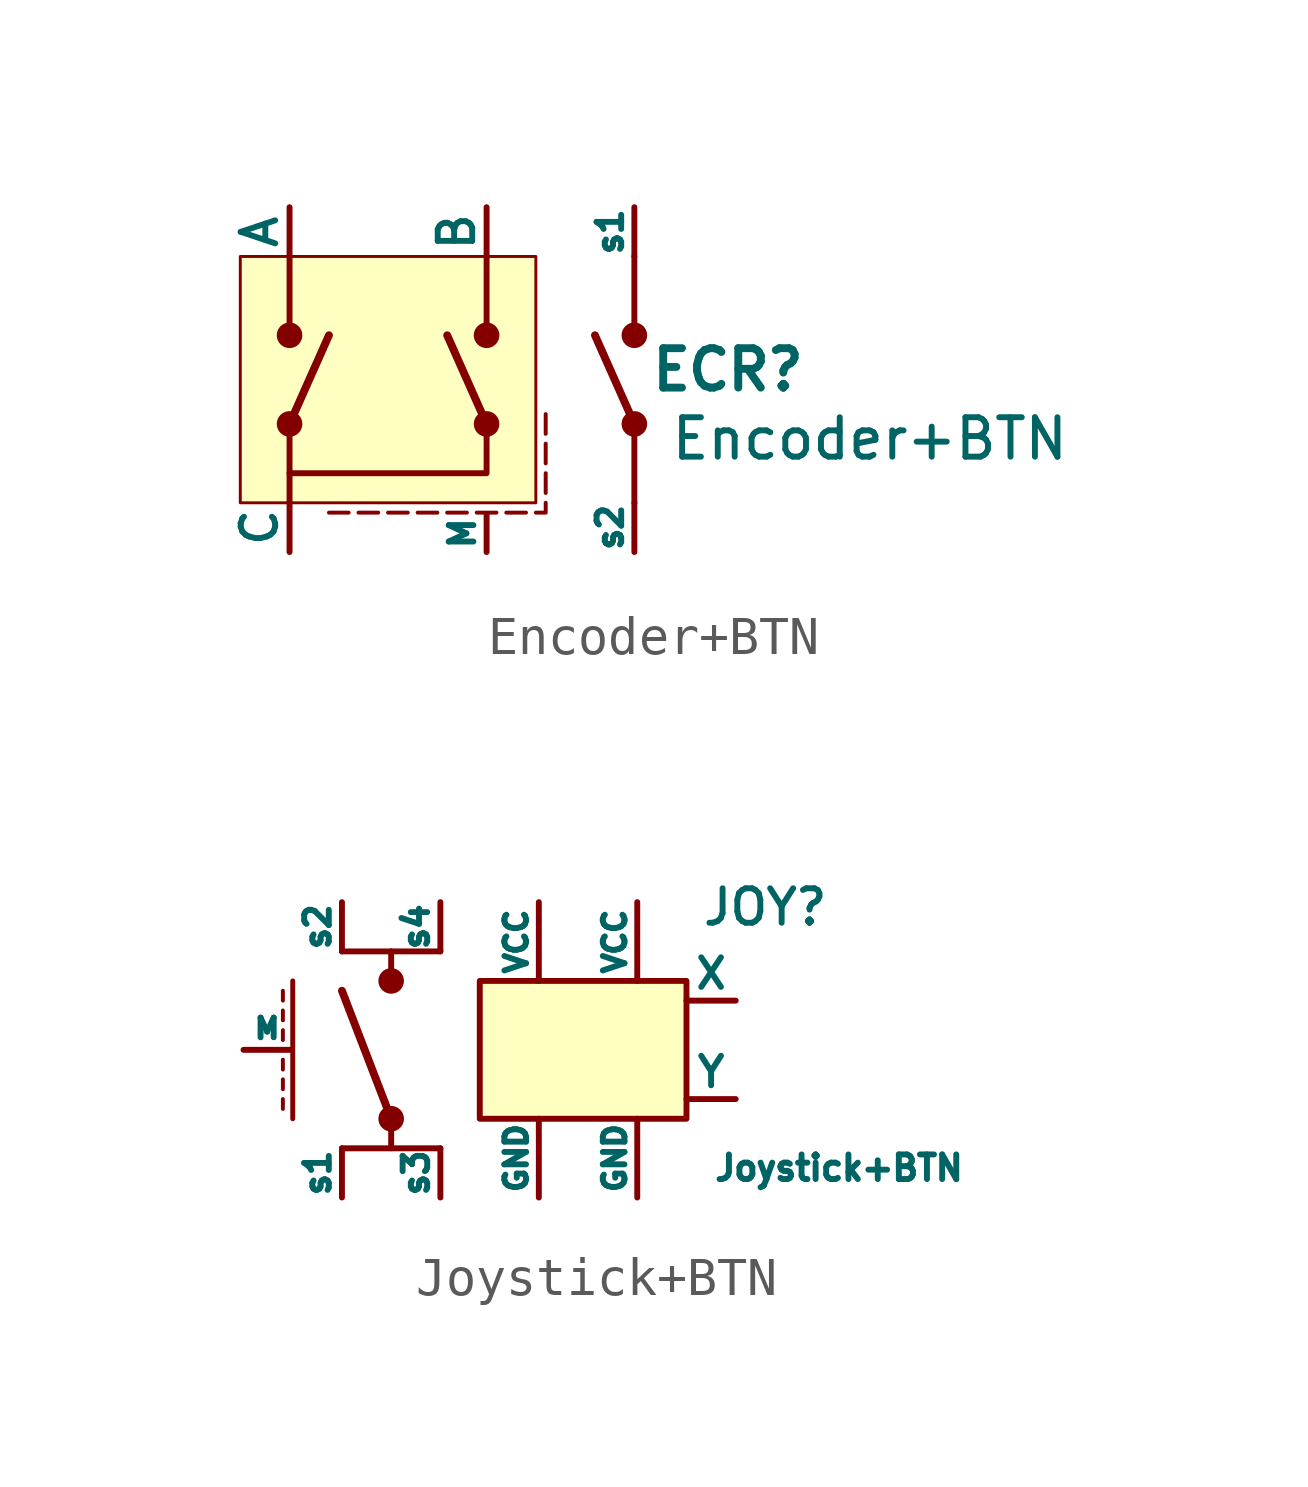
<source format=kicad_sym>
(kicad_symbol_lib
  (version 20231120)
  (generator "kicad_symbol_editor")
  (generator_version "8.0")
  (symbol "Encoder+BTN"
    (pin_numbers hide)
    (pin_names
      (offset 0))
    (property "Reference" "ECR"
      (at 8.763 0.889 0)
      (effects (font (size 1.016 1.016) (bold yes))))
    (property "Value" "Encoder+BTN"
      (at 7.239 -0.889 0)
      (effects (font (size 1.016 1.016)) (justify left)))
    (symbol "Encoder+BTN_0_1"
      (rectangle (start -3.81 3.81) (end 3.81 -2.54) (stroke (width 0.076) (type solid)) (fill (type background)))
      (circle (center -2.54 -0.508) (radius 0.254) (stroke (width 0) (type solid)) (fill (type outline)))
      (circle (center -2.54 1.778) (radius 0.254) (stroke (width 0) (type solid)) (fill (type outline)))
      (polyline (pts (xy -2.54 -2.54) (xy -2.54 -1.778)) (stroke (width 0) (type solid)) (fill (type none)))
      (polyline (pts (xy -2.54 -0.508) (xy -1.524 1.778)) (stroke (width 0.203) (type solid)) (fill (type none)))
      (polyline (pts (xy -2.54 3.81) (xy -2.54 1.778)) (stroke (width 0) (type solid)) (fill (type none)))
      (polyline (pts (xy -1.016 -2.794) (xy -1.524 -2.794)) (stroke (width 0.102) (type solid)) (fill (type none)))
      (polyline (pts (xy -0.762 -2.794) (xy -0.254 -2.794)) (stroke (width 0.102) (type solid)) (fill (type none)))
      (polyline (pts (xy 0.508 -2.794) (xy 0 -2.794)) (stroke (width 0.102) (type solid)) (fill (type none)))
      (polyline (pts (xy 0.762 -2.794) (xy 1.27 -2.794)) (stroke (width 0.102) (type solid)) (fill (type none)))
      (polyline (pts (xy 2.032 -2.794) (xy 1.524 -2.794)) (stroke (width 0.102) (type solid)) (fill (type none)))
      (polyline (pts (xy 2.54 -0.508) (xy 1.524 1.778)) (stroke (width 0.203) (type solid)) (fill (type none)))
      (polyline (pts (xy 2.54 3.81) (xy 2.54 1.778)) (stroke (width 0) (type solid)) (fill (type none)))
      (polyline (pts (xy 2.794 -2.794) (xy 2.286 -2.794)) (stroke (width 0.102) (type solid)) (fill (type none)))
      (polyline (pts (xy 3.048 -2.794) (xy 3.556 -2.794)) (stroke (width 0.102) (type solid)) (fill (type none)))
      (polyline (pts (xy 4.064 -2.286) (xy 4.064 -1.778)) (stroke (width 0.102) (type solid)) (fill (type none)))
      (polyline (pts (xy 4.064 -1.524) (xy 4.064 -1.016)) (stroke (width 0.102) (type solid)) (fill (type none)))
      (polyline (pts (xy 4.064 -0.762) (xy 4.064 -0.254)) (stroke (width 0.102) (type solid)) (fill (type none)))
      (polyline (pts (xy 6.35 -2.54) (xy 6.35 -0.508)) (stroke (width 0) (type solid)) (fill (type none)))
      (polyline (pts (xy 6.35 -0.508) (xy 5.334 1.778)) (stroke (width 0.203) (type solid)) (fill (type none)))
      (polyline (pts (xy 6.35 3.81) (xy 6.35 1.778)) (stroke (width 0) (type solid)) (fill (type none)))
      (polyline (pts (xy 3.81 -2.794) (xy 4.064 -2.794) (xy 4.064 -2.54)) (stroke (width 0.102) (type solid)) (fill (type none)))
      (polyline (pts (xy -2.54 -0.508) (xy -2.54 -1.524) (xy -2.54 -1.778) (xy 0 -1.778) (xy 2.54 -1.778) (xy 2.54 -0.508)) (stroke (width 0) (type solid)) (fill (type none)))
      (circle (center 2.54 -0.508) (radius 0.254) (stroke (width 0) (type solid)) (fill (type outline)))
      (circle (center 2.54 1.778) (radius 0.254) (stroke (width 0) (type solid)) (fill (type outline)))
      (circle (center 6.35 -0.508) (radius 0.254) (stroke (width 0) (type solid)) (fill (type outline)))
      (circle (center 6.35 1.778) (radius 0.254) (stroke (width 0) (type solid)) (fill (type outline))))
    (symbol "Encoder+BTN_1_1"
      (pin output line (at -2.54 5.08 270) (length 1.27) (name "A" (effects (font (size 0.889 0.889)))) (number "1" (effects (font (size 0.889 0.889)))))
      (pin output line (at 2.54 5.08 270) (length 1.27) (name "B" (effects (font (size 0.889 0.889)))) (number "2" (effects (font (size 0.889 0.889)))))
      (pin power_in line (at -2.54 -3.81 90) (length 1.27) (name "C" (effects (font (size 0.889 0.889)))) (number "3" (effects (font (size 0.889 0.889)))))
      (pin power_in line (at 2.54 -3.81 90) (length 0.965) (name "M" (effects (font (size 0.635 0.635)))) (number "4" (effects (font (size 0.635 0.635)))))
      (pin output line (at 6.35 -3.81 90) (length 1.27) (name "s2" (effects (font (size 0.635 0.635)))) (number "5" (effects (font (size 0.889 0.889)))))
      (pin output line (at 6.35 5.08 270) (length 1.27) (name "s1" (effects (font (size 0.635 0.635)))) (number "6" (effects (font (size 0.889 0.889)))))))
  (symbol "Joystick+BTN"
    (pin_numbers hide)
    (pin_names
      (offset 0))
    (property "Reference" "JOY"
      (at 7.112 3.683 0)
      (effects (font (size 0.889 0.889))))
    (property "Value" "Joystick+BTN"
      (at 9.017 -3.048 0)
      (effects (font (size 0.635 0.635))))
    (symbol "Joystick+BTN_0_1"
      (circle (center -2.54 -1.778) (radius 0.254) (stroke (width 0) (type solid)) (fill (type outline)))
      (circle (center -2.54 1.778) (radius 0.254) (stroke (width 0) (type solid)) (fill (type outline)))
      (polyline (pts (xy -5.334 -1.27) (xy -5.334 -1.524)) (stroke (width 0.102) (type solid)) (fill (type none)))
      (polyline (pts (xy -5.334 -0.762) (xy -5.334 -1.016)) (stroke (width 0.102) (type solid)) (fill (type none)))
      (polyline (pts (xy -5.334 -0.254) (xy -5.334 -0.508)) (stroke (width 0.102) (type solid)) (fill (type none)))
      (polyline (pts (xy -5.334 0.254) (xy -5.334 0.508)) (stroke (width 0.102) (type solid)) (fill (type none)))
      (polyline (pts (xy -5.334 0.762) (xy -5.334 1.016)) (stroke (width 0.102) (type solid)) (fill (type none)))
      (polyline (pts (xy -5.334 1.27) (xy -5.334 1.524)) (stroke (width 0.102) (type solid)) (fill (type none)))
      (polyline (pts (xy -5.08 1.778) (xy -5.08 -1.778)) (stroke (width 0.127) (type solid)) (fill (type none)))
      (polyline (pts (xy -3.81 -2.54) (xy -1.27 -2.54)) (stroke (width 0) (type solid)) (fill (type none)))
      (polyline (pts (xy -3.81 2.54) (xy -1.27 2.54)) (stroke (width 0) (type solid)) (fill (type none)))
      (polyline (pts (xy -2.54 -2.54) (xy -2.54 -1.778)) (stroke (width 0) (type solid)) (fill (type none)))
      (polyline (pts (xy -2.54 -1.778) (xy -3.81 1.524)) (stroke (width 0.203) (type solid)) (fill (type none)))
      (polyline (pts (xy -2.54 1.778) (xy -2.54 2.54)) (stroke (width 0) (type solid)) (fill (type none))))
    (symbol "Joystick+BTN_1_1"
      (rectangle (start 5.08 1.778) (end -0.254 -1.778) (stroke (width 0) (type solid)) (fill (type background)))
      (pin passive line (at -3.81 -3.81 90) (length 1.27) (name "s1" (effects (font (size 0.635 0.635)))) (number "1" (effects (font (size 0.635 0.635)))))
      (pin passive line (at 3.81 -3.81 90) (length 2.032) (name "GND" (effects (font (size 0.559 0.559)))) (number "10" (effects (font (size 0.559 0.559)))))
      (pin passive line (at -6.35 0 0) (length 1.219) (name "M" (effects (font (size 0.508 0.508)))) (number "11" (effects (font (size 0.508 0.508)))))
      (pin passive line (at -3.81 3.81 270) (length 1.27) (name "s2" (effects (font (size 0.635 0.635)))) (number "2" (effects (font (size 0.635 0.635)))))
      (pin passive line (at -1.27 -3.81 90) (length 1.27) (name "s3" (effects (font (size 0.635 0.635)))) (number "3" (effects (font (size 0.635 0.635)))))
      (pin passive line (at -1.27 3.81 270) (length 1.27) (name "s4" (effects (font (size 0.635 0.635)))) (number "4" (effects (font (size 0.635 0.635)))))
      (pin passive line (at 1.27 -3.81 90) (length 2.032) (name "GND" (effects (font (size 0.559 0.559)))) (number "5" (effects (font (size 0.559 0.559)))))
      (pin passive line (at 6.35 1.27 180) (length 1.27) (name "X" (effects (font (size 0.762 0.762)))) (number "6" (effects (font (size 0.762 0.762)))))
      (pin passive line (at 1.27 3.81 270) (length 2.032) (name "VCC" (effects (font (size 0.559 0.559)))) (number "7" (effects (font (size 0.559 0.559)))))
      (pin passive line (at 3.81 3.81 270) (length 2.032) (name "VCC" (effects (font (size 0.559 0.559)))) (number "8" (effects (font (size 0.559 0.559)))))
      (pin passive line (at 6.35 -1.27 180) (length 1.27) (name "Y" (effects (font (size 0.762 0.762)))) (number "9" (effects (font (size 0.762 0.762))))))))
</source>
